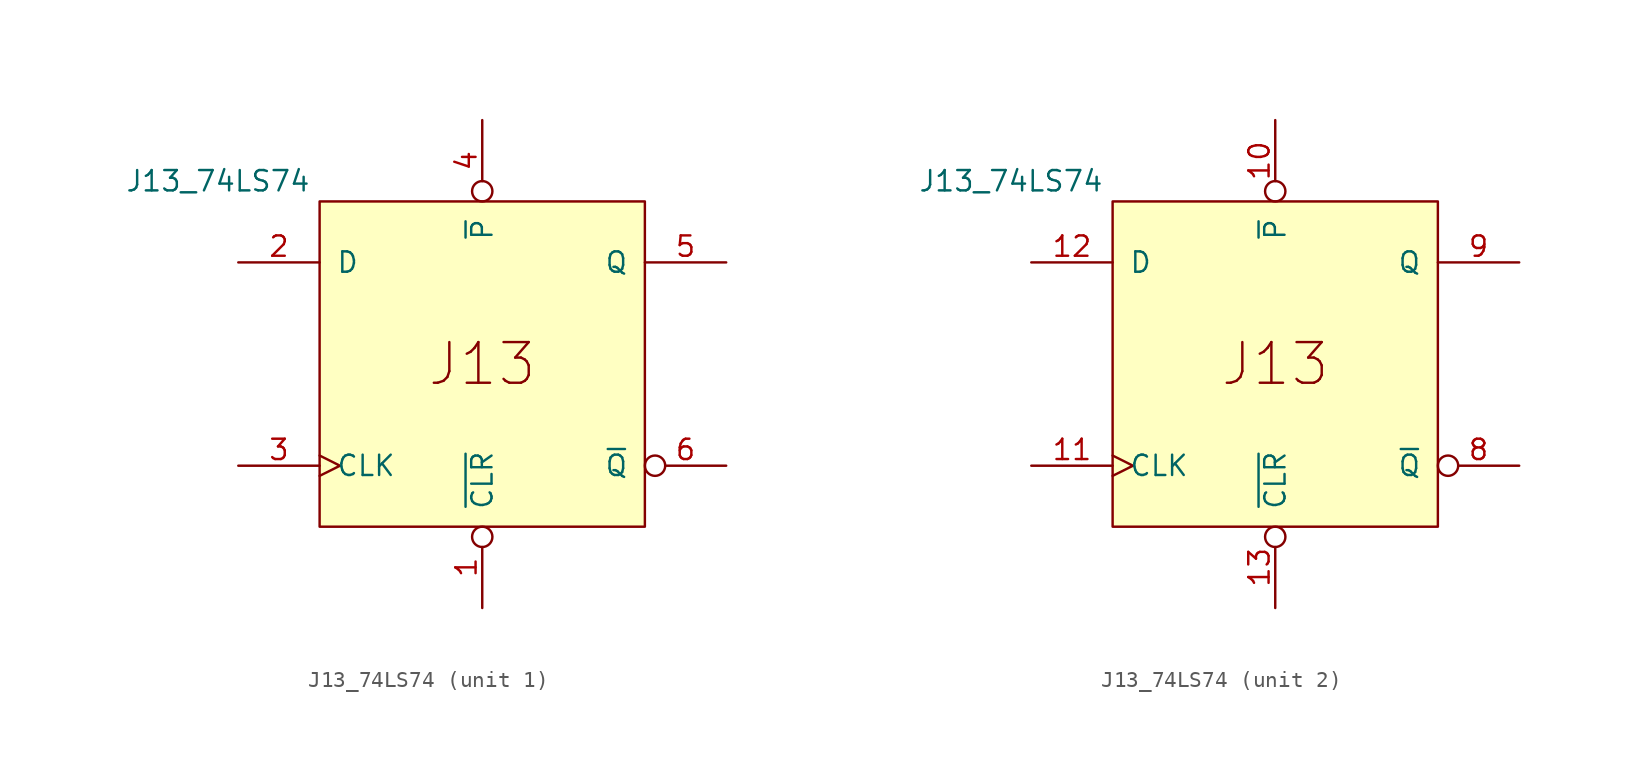
<source format=kicad_sym>
(kicad_symbol_lib
  (version 20211014)
  (generator kicad_symbol_editor)
  (symbol "J13_74LS74"
    (pin_names
      (offset 1.016))
    (property "Reference" "U"
      (at -50.8 22.86 0)
      (effects (font (size 1.27 1.27)) hide))
    (property "Value" "J13_74LS74"
      (at -6.35 1.27 0)
      (effects (font (size 1.27 1.27))))
    (property "ki_locked" ""
      (at 0 0 0)
      (effects (font (size 1.27 1.27))))
    (symbol "J13_74LS74_0_0"
      (text "J13" (at 10.16 -10.16 0) (effects (font (size 2.54 2.54)))))
    (symbol "J13_74LS74_0_1"
      (rectangle (start 0 0) (end 20.32 -20.32) (stroke (width 0) (type default) (color 0 0 0 0)) (fill (type background))))
    (symbol "J13_74LS74_1_0"
      (pin input inverted (at 10.16 -25.4 90) (length 5.08) (name "~{CLR}" (effects (font (size 1.27 1.27)))) (number "1" (effects (font (size 1.27 1.27)))))
      (pin input line (at -5.08 -3.81 0) (length 5.08) (name "D" (effects (font (size 1.27 1.27)))) (number "2" (effects (font (size 1.27 1.27)))))
      (pin input clock (at -5.08 -16.51 0) (length 5.08) (name "CLK" (effects (font (size 1.27 1.27)))) (number "3" (effects (font (size 1.27 1.27)))))
      (pin input inverted (at 10.16 5.08 270) (length 5.08) (name "~{P}" (effects (font (size 1.27 1.27)))) (number "4" (effects (font (size 1.27 1.27)))))
      (pin output line (at 25.4 -3.81 180) (length 5.08) (name "Q" (effects (font (size 1.27 1.27)))) (number "5" (effects (font (size 1.27 1.27)))))
      (pin output inverted (at 25.4 -16.51 180) (length 5.08) (name "~{Q}" (effects (font (size 1.27 1.27)))) (number "6" (effects (font (size 1.27 1.27))))))
    (symbol "J13_74LS74_2_0"
      (pin input inverted (at 10.16 5.08 270) (length 5.08) (name "~{P}" (effects (font (size 1.27 1.27)))) (number "10" (effects (font (size 1.27 1.27)))))
      (pin input clock (at -5.08 -16.51 0) (length 5.08) (name "CLK" (effects (font (size 1.27 1.27)))) (number "11" (effects (font (size 1.27 1.27)))))
      (pin input line (at -5.08 -3.81 0) (length 5.08) (name "D" (effects (font (size 1.27 1.27)))) (number "12" (effects (font (size 1.27 1.27)))))
      (pin input inverted (at 10.16 -25.4 90) (length 5.08) (name "~{CLR}" (effects (font (size 1.27 1.27)))) (number "13" (effects (font (size 1.27 1.27)))))
      (pin output inverted (at 25.4 -16.51 180) (length 5.08) (name "~{Q}" (effects (font (size 1.27 1.27)))) (number "8" (effects (font (size 1.27 1.27)))))
      (pin output line (at 25.4 -3.81 180) (length 5.08) (name "Q" (effects (font (size 1.27 1.27)))) (number "9" (effects (font (size 1.27 1.27))))))))
</source>
